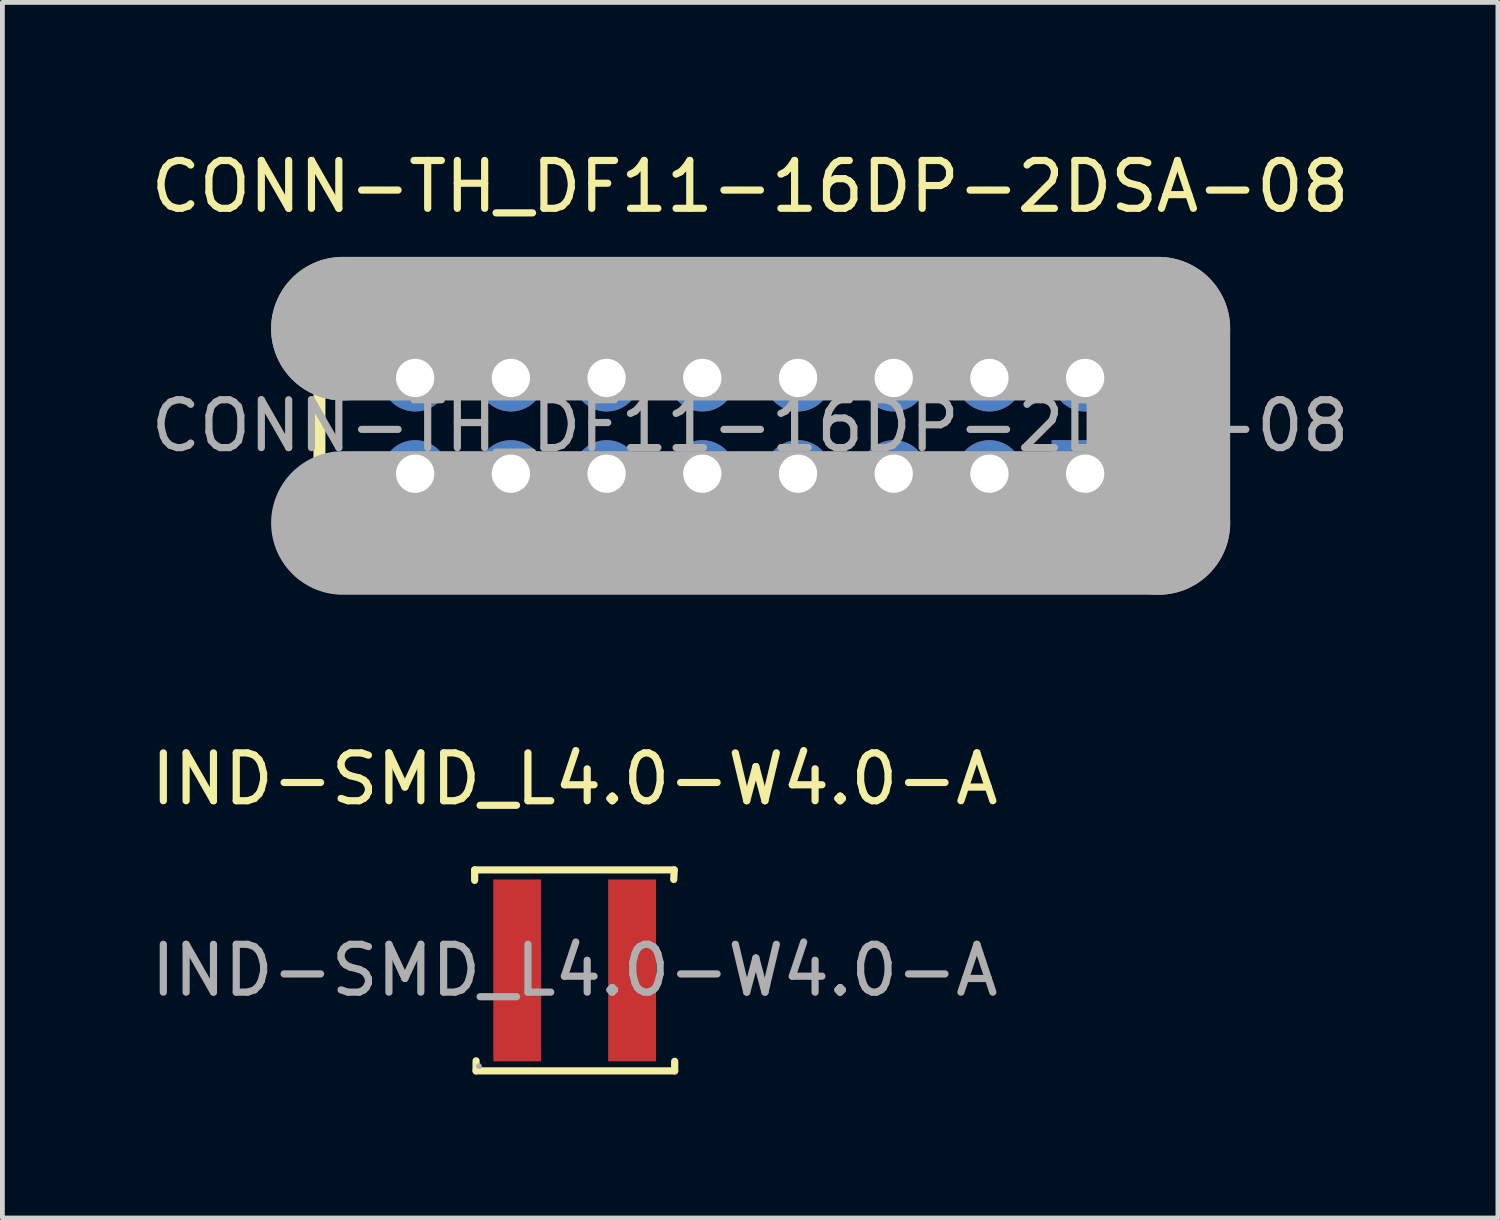
<source format=kicad_pcb>
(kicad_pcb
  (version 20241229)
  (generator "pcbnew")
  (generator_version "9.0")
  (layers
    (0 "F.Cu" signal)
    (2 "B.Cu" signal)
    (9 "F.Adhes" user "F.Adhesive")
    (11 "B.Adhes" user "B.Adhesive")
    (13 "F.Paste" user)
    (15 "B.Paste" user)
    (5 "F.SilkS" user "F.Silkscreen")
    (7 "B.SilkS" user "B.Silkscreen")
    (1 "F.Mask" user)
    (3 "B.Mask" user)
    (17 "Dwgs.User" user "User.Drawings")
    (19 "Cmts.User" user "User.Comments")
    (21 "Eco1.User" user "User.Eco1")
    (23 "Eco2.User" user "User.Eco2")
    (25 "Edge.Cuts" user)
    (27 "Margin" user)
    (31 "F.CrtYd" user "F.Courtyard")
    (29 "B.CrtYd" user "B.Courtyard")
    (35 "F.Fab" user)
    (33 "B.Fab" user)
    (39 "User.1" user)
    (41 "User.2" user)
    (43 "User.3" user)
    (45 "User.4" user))
  (footprint "CONN-TH_DF11-16DP-2DSA-08"
    (layer "F.Cu")
    (at 12.625 5.848)
    (property "Reference" "CONN-TH_DF11-16DP-2DSA-08" (at 0 -5 0) (layer "F.SilkS") (effects (font (size 1 1) (thickness 0.15))))
    (attr through_hole)
    (fp_line (start -9 -2.5) (end -9 2.5) (stroke (width 0.25) (type solid)) (layer "F.SilkS"))
    (fp_line (start -9 -2.5) (end 9 -2.5) (stroke (width 0.25) (type solid)) (layer "F.SilkS"))
    (fp_line (start -9 2.5) (end 9 2.5) (stroke (width 0.25) (type solid)) (layer "F.SilkS"))
    (fp_line (start -6.6 2.03) (end -6.6 2.5) (stroke (width 0.25) (type solid)) (layer "F.SilkS"))
    (fp_line (start -4.06 2.03) (end -4.06 2.5) (stroke (width 0.25) (type solid)) (layer "F.SilkS"))
    (fp_line (start 4.08 2.03) (end 4.08 2.5) (stroke (width 0.25) (type solid)) (layer "F.SilkS"))
    (fp_line (start 6.62 2.03) (end 6.62 2.5) (stroke (width 0.25) (type solid)) (layer "F.SilkS"))
    (fp_line (start 9 -2.5) (end 9 2.5) (stroke (width 0.25) (type solid)) (layer "F.SilkS"))
    (fp_line (start -8.51 -2.03) (end -8.51 -2.03) (stroke (width 3) (type solid)) (layer "F.Fab"))
    (fp_line (start -8.51 -2.03) (end 8.53 -2.03) (stroke (width 3) (type solid)) (layer "F.Fab"))
    (fp_line (start 8.53 -2.03) (end 8.53 2.03) (stroke (width 3) (type solid)) (layer "F.Fab"))
    (fp_line (start 8.53 2.03) (end -8.51 2.03) (stroke (width 3) (type solid)) (layer "F.Fab"))
    (fp_circle (center 9 2.5) (end 9.03 2.5) (stroke (width 0.06) (type solid)) (fill no) (layer "F.Fab"))
    (fp_text user "${REFERENCE}" (at 0 0 0) (layer "F.Fab") (effects (font (size 1 1) (thickness 0.15))))
    (pad "1" thru_hole rect (at 7 1) (size 1.4 1.4) (drill 0.8) (layers "*.Cu" "*.Mask"))
    (pad "2" thru_hole circle (at 7 -1) (size 1.4 1.4) (drill 0.8) (layers "*.Cu" "*.Mask"))
    (pad "3" thru_hole circle (at 5 1) (size 1.4 1.4) (drill 0.8) (layers "*.Cu" "*.Mask"))
    (pad "4" thru_hole circle (at 5 -1) (size 1.4 1.4) (drill 0.8) (layers "*.Cu" "*.Mask"))
    (pad "5" thru_hole circle (at 3 1) (size 1.4 1.4) (drill 0.8) (layers "*.Cu" "*.Mask"))
    (pad "6" thru_hole circle (at 3 -1) (size 1.4 1.4) (drill 0.8) (layers "*.Cu" "*.Mask"))
    (pad "7" thru_hole circle (at 1 1) (size 1.4 1.4) (drill 0.8) (layers "*.Cu" "*.Mask"))
    (pad "8" thru_hole circle (at 1 -1) (size 1.4 1.4) (drill 0.8) (layers "*.Cu" "*.Mask"))
    (pad "9" thru_hole circle (at -1 1) (size 1.4 1.4) (drill 0.8) (layers "*.Cu" "*.Mask"))
    (pad "10" thru_hole circle (at -1 -1) (size 1.4 1.4) (drill 0.8) (layers "*.Cu" "*.Mask"))
    (pad "11" thru_hole circle (at -3 1) (size 1.4 1.4) (drill 0.8) (layers "*.Cu" "*.Mask"))
    (pad "12" thru_hole circle (at -3 -1) (size 1.4 1.4) (drill 0.8) (layers "*.Cu" "*.Mask"))
    (pad "13" thru_hole circle (at -5 1) (size 1.4 1.4) (drill 0.8) (layers "*.Cu" "*.Mask"))
    (pad "14" thru_hole circle (at -5 -1) (size 1.4 1.4) (drill 0.8) (layers "*.Cu" "*.Mask"))
    (pad "15" thru_hole circle (at -7 1) (size 1.4 1.4) (drill 0.8) (layers "*.Cu" "*.Mask"))
    (pad "16" thru_hole circle (at -7 -1) (size 1.4 1.4) (drill 0.8) (layers "*.Cu" "*.Mask")))
  (footprint "IND-SMD_L4.0-W4.0-A"
    (layer "F.Cu")
    (at 8.958 17.227)
    (property "Reference" "IND-SMD_L4.0-W4.0-A" (at 0 -4 0) (layer "F.SilkS") (effects (font (size 1 1) (thickness 0.15))))
    (attr smd)
    (fp_line (start -2.09 -2.1) (end -2.09 -1.88) (stroke (width 0.15) (type solid)) (layer "F.SilkS"))
    (fp_line (start -2.06 1.89) (end -2.06 2.1) (stroke (width 0.15) (type solid)) (layer "F.SilkS"))
    (fp_line (start -2.06 2.1) (end 2.09 2.1) (stroke (width 0.15) (type solid)) (layer "F.SilkS"))
    (fp_line (start 2.07 -1.9) (end 2.08 -2.1) (stroke (width 0.15) (type solid)) (layer "F.SilkS"))
    (fp_line (start 2.08 -2.1) (end -2.09 -2.1) (stroke (width 0.15) (type solid)) (layer "F.SilkS"))
    (fp_line (start 2.09 2.1) (end 2.09 1.9) (stroke (width 0.15) (type solid)) (layer "F.SilkS"))
    (fp_circle (center -2 2) (end -1.97 2) (stroke (width 0.06) (type solid)) (fill no) (layer "F.Fab"))
    (fp_text user "${REFERENCE}" (at 0 0 0) (layer "F.Fab") (effects (font (size 1 1) (thickness 0.15))))
    (pad "1" smd rect (at -1.2 0) (size 1 3.8) (layers "F.Cu" "F.Mask" "F.Paste"))
    (pad "2" smd rect (at 1.2 0) (size 1 3.8) (layers "F.Cu" "F.Mask" "F.Paste")))
  (gr_rect
    (start -3 -3)
    (end 28.25 22.401)
    (stroke (width 0.1) (type default))
    (fill no)
    (layer "Edge.Cuts")))
</source>
